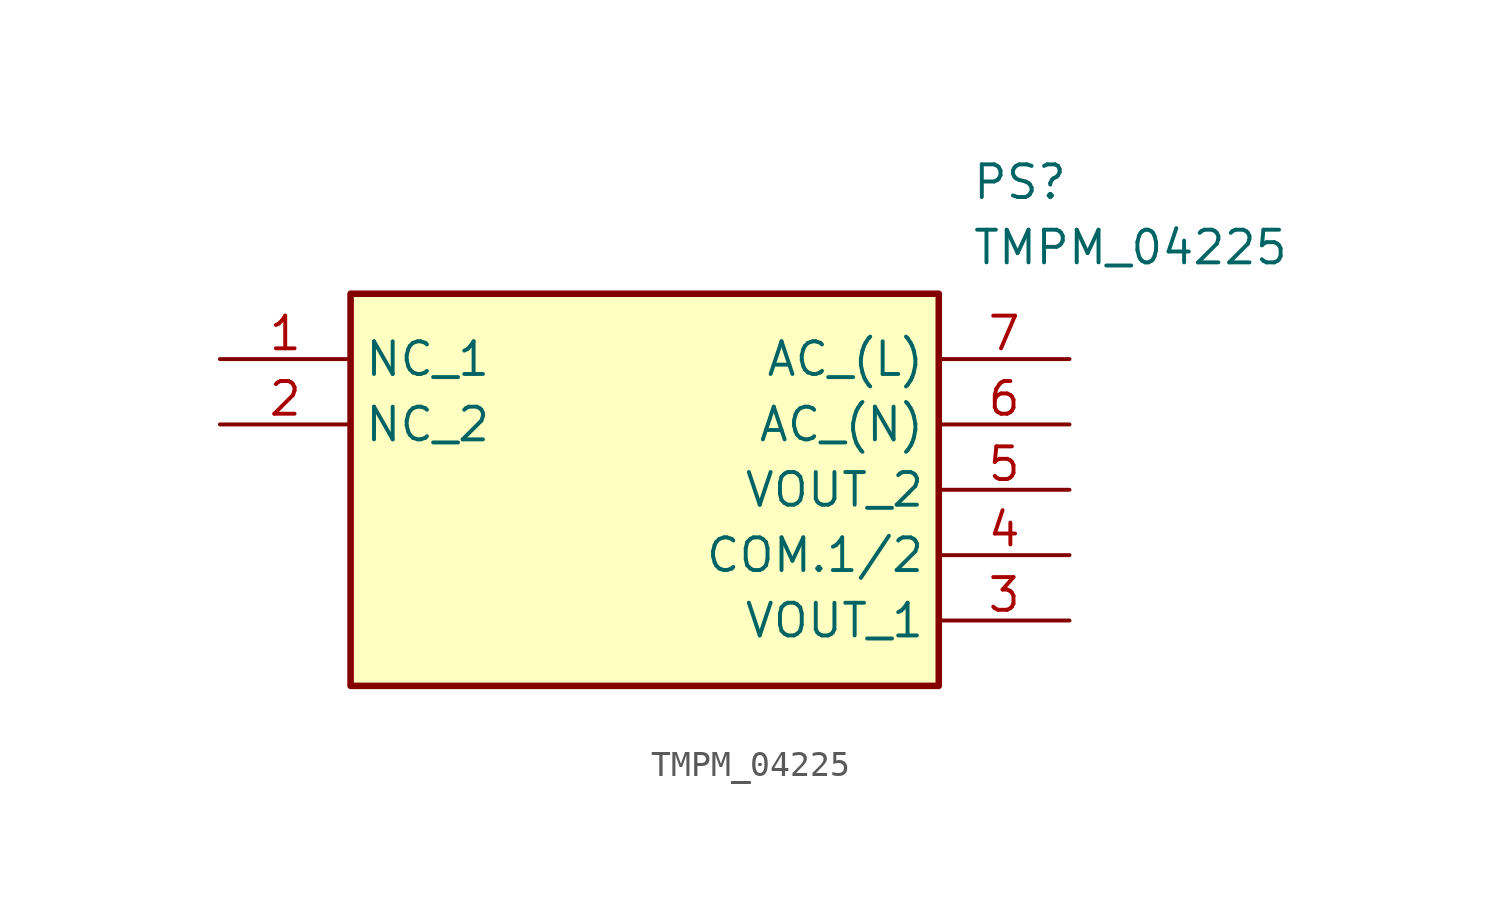
<source format=kicad_sym>
(kicad_symbol_lib
  (version 20211014)
  (generator SamacSys_ECAD_Model)
  (symbol "TMPM_04225"
    (property "Reference" "PS"
      (at 29.21 7.62 0)
      (effects (font (size 1.27 1.27)) (justify left top)))
    (property "Value" "TMPM_04225"
      (at 29.21 5.08 0)
      (effects (font (size 1.27 1.27)) (justify left top)))
    (rectangle
      (start 5.08 2.54)
      (end 27.94 -12.7)
      (stroke (width 0.254) (type default))
      (fill (type background)))
    (pin passive line
      (at 0 0 0)
      (length 5.08)
      (name "NC_1" (effects (font (size 1.27 1.27))))
      (number "1" (effects (font (size 1.27 1.27)))))
    (pin passive line
      (at 0 -2.54 0)
      (length 5.08)
      (name "NC_2" (effects (font (size 1.27 1.27))))
      (number "2" (effects (font (size 1.27 1.27)))))
    (pin passive line
      (at 33.02 -10.16 180)
      (length 5.08)
      (name "VOUT_1" (effects (font (size 1.27 1.27))))
      (number "3" (effects (font (size 1.27 1.27)))))
    (pin passive line
      (at 33.02 -7.62 180)
      (length 5.08)
      (name "COM.1/2" (effects (font (size 1.27 1.27))))
      (number "4" (effects (font (size 1.27 1.27)))))
    (pin passive line
      (at 33.02 -5.08 180)
      (length 5.08)
      (name "VOUT_2" (effects (font (size 1.27 1.27))))
      (number "5" (effects (font (size 1.27 1.27)))))
    (pin passive line
      (at 33.02 -2.54 180)
      (length 5.08)
      (name "AC_(N)" (effects (font (size 1.27 1.27))))
      (number "6" (effects (font (size 1.27 1.27)))))
    (pin passive line
      (at 33.02 0 180)
      (length 5.08)
      (name "AC_(L)" (effects (font (size 1.27 1.27))))
      (number "7" (effects (font (size 1.27 1.27)))))))
</source>
